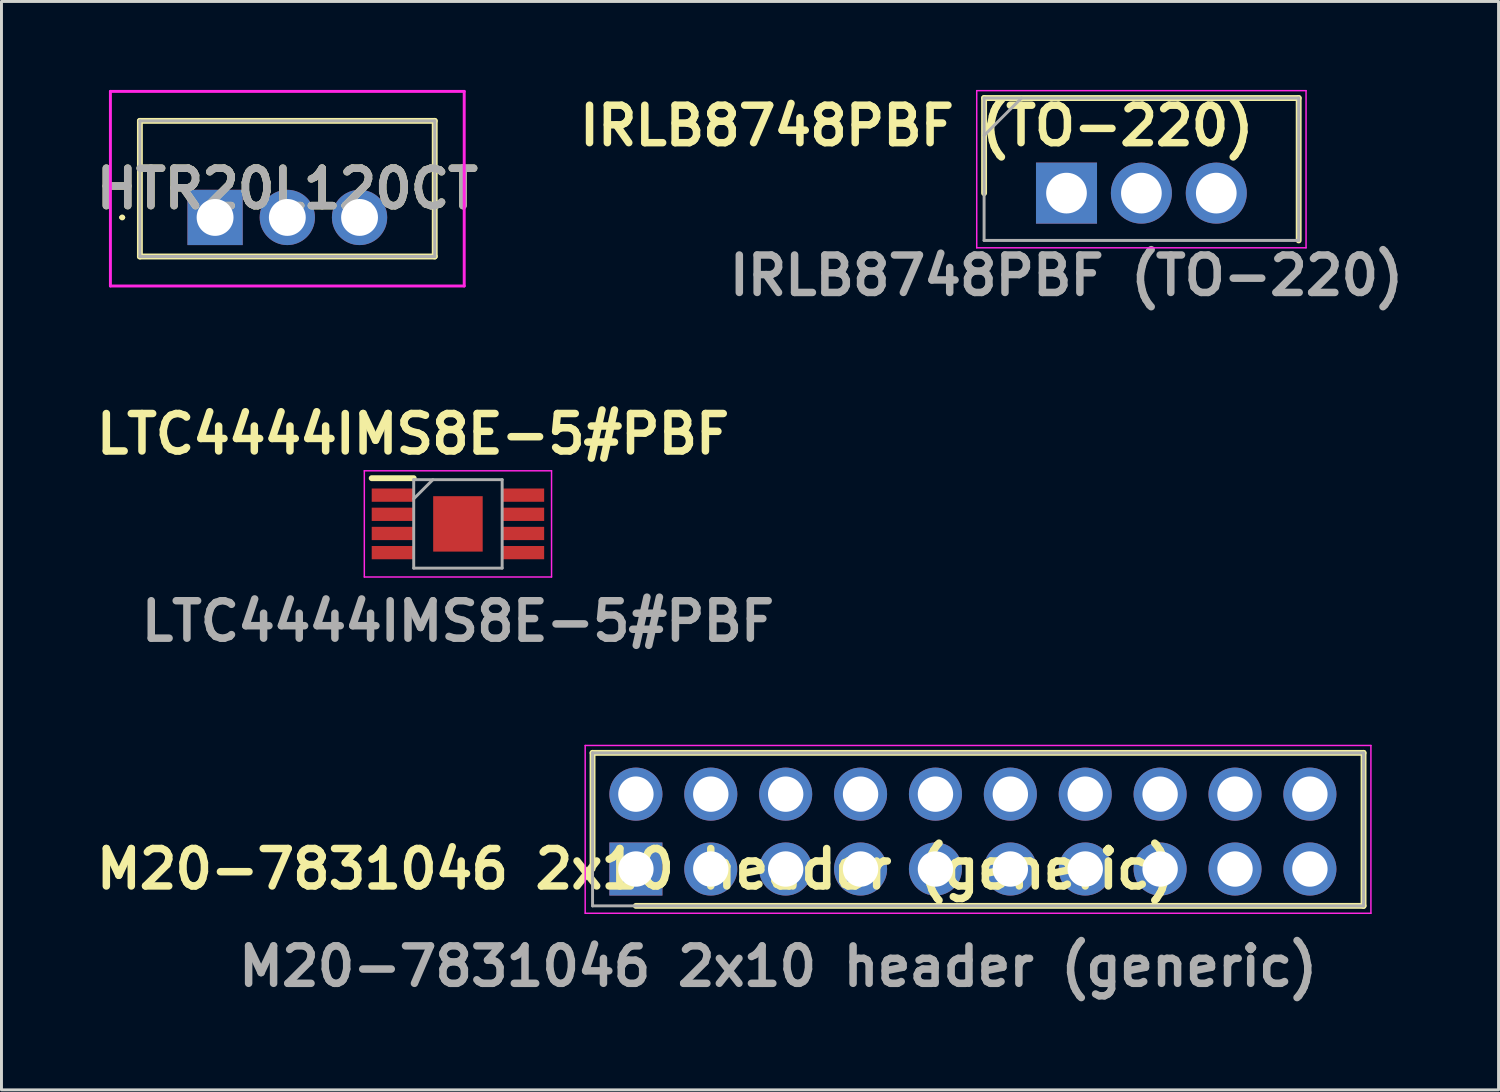
<source format=kicad_pcb>
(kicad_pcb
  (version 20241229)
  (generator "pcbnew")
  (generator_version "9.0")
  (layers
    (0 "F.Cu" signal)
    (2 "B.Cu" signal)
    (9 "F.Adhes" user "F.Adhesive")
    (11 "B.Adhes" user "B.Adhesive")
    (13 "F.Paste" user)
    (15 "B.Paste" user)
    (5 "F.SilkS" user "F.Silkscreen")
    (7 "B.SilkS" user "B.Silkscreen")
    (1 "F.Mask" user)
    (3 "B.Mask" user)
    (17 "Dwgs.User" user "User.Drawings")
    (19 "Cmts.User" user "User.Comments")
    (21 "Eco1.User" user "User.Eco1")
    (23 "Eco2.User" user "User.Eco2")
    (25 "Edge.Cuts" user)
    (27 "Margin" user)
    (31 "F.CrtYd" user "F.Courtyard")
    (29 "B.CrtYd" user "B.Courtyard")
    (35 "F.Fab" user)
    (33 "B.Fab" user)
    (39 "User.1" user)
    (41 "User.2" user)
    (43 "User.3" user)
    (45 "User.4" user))
  (footprint "M20-7831046 2x10 header (generic)"
    (layer "F.Cu")
    (at 18.518 26.425)
    (property "Reference" "M20-7831046 2x10 header (generic)" (at 0 0 0) (layer "F.SilkS") (effects (font (size 1.27 1.27) (thickness 0.254))))
    (attr through_hole)
    (fp_line (start -1.47 -3.94) (end -1.47 0) (stroke (width 0.2) (type solid)) (layer "F.SilkS"))
    (fp_line (start 0 1.25) (end 24.68 1.25) (stroke (width 0.2) (type solid)) (layer "F.SilkS"))
    (fp_line (start 24.68 -3.94) (end -1.47 -3.94) (stroke (width 0.2) (type solid)) (layer "F.SilkS"))
    (fp_line (start 24.68 1.25) (end 24.68 -3.94) (stroke (width 0.2) (type solid)) (layer "F.SilkS"))
    (fp_line (start -1.72 -4.19) (end 24.93 -4.19) (stroke (width 0.05) (type solid)) (layer "F.CrtYd"))
    (fp_line (start -1.72 1.5) (end -1.72 -4.19) (stroke (width 0.05) (type solid)) (layer "F.CrtYd"))
    (fp_line (start 24.93 -4.19) (end 24.93 1.5) (stroke (width 0.05) (type solid)) (layer "F.CrtYd"))
    (fp_line (start 24.93 1.5) (end -1.72 1.5) (stroke (width 0.05) (type solid)) (layer "F.CrtYd"))
    (fp_line (start -1.47 -3.94) (end 24.68 -3.94) (stroke (width 0.1) (type solid)) (layer "F.Fab"))
    (fp_line (start -1.47 1.25) (end -1.47 -3.94) (stroke (width 0.1) (type solid)) (layer "F.Fab"))
    (fp_line (start 24.68 -3.94) (end 24.68 1.25) (stroke (width 0.1) (type solid)) (layer "F.Fab"))
    (fp_line (start 24.68 1.25) (end -1.47 1.25) (stroke (width 0.1) (type solid)) (layer "F.Fab"))
    (fp_text user "${REFERENCE}" (at 4.826 3.302 0) (layer "F.Fab") (effects (font (size 1.27 1.27) (thickness 0.254))))
    (pad "1" thru_hole rect (at 0 0) (size 1.8 1.8) (drill 1.2) (layers "*.Cu" "*.Mask"))
    (pad "2" thru_hole circle (at 0 -2.54) (size 1.8 1.8) (drill 1.2) (layers "*.Cu" "*.Mask"))
    (pad "3" thru_hole circle (at 2.54 0) (size 1.8 1.8) (drill 1.2) (layers "*.Cu" "*.Mask"))
    (pad "4" thru_hole circle (at 2.54 -2.54) (size 1.8 1.8) (drill 1.2) (layers "*.Cu" "*.Mask"))
    (pad "5" thru_hole circle (at 5.08 0) (size 1.8 1.8) (drill 1.2) (layers "*.Cu" "*.Mask"))
    (pad "6" thru_hole circle (at 5.08 -2.54) (size 1.8 1.8) (drill 1.2) (layers "*.Cu" "*.Mask"))
    (pad "7" thru_hole circle (at 7.62 0) (size 1.8 1.8) (drill 1.2) (layers "*.Cu" "*.Mask"))
    (pad "8" thru_hole circle (at 7.62 -2.54) (size 1.8 1.8) (drill 1.2) (layers "*.Cu" "*.Mask"))
    (pad "9" thru_hole circle (at 10.16 0) (size 1.8 1.8) (drill 1.2) (layers "*.Cu" "*.Mask"))
    (pad "10" thru_hole circle (at 10.16 -2.54) (size 1.8 1.8) (drill 1.2) (layers "*.Cu" "*.Mask"))
    (pad "11" thru_hole circle (at 12.7 0) (size 1.8 1.8) (drill 1.2) (layers "*.Cu" "*.Mask"))
    (pad "12" thru_hole circle (at 12.7 -2.54) (size 1.8 1.8) (drill 1.2) (layers "*.Cu" "*.Mask"))
    (pad "13" thru_hole circle (at 15.24 0) (size 1.8 1.8) (drill 1.2) (layers "*.Cu" "*.Mask"))
    (pad "14" thru_hole circle (at 15.24 -2.54) (size 1.8 1.8) (drill 1.2) (layers "*.Cu" "*.Mask"))
    (pad "15" thru_hole circle (at 17.78 0) (size 1.8 1.8) (drill 1.2) (layers "*.Cu" "*.Mask"))
    (pad "16" thru_hole circle (at 17.78 -2.54) (size 1.8 1.8) (drill 1.2) (layers "*.Cu" "*.Mask"))
    (pad "17" thru_hole circle (at 20.32 0) (size 1.8 1.8) (drill 1.2) (layers "*.Cu" "*.Mask"))
    (pad "18" thru_hole circle (at 20.32 -2.54) (size 1.8 1.8) (drill 1.2) (layers "*.Cu" "*.Mask"))
    (pad "19" thru_hole circle (at 22.86 0) (size 1.8 1.8) (drill 1.2) (layers "*.Cu" "*.Mask"))
    (pad "20" thru_hole circle (at 22.86 -2.54) (size 1.8 1.8) (drill 1.2) (layers "*.Cu" "*.Mask")))
  (footprint "HTR20L120CT"
    (layer "F.Cu")
    (at 4.245 4.325)
    (property "Reference" "HTR20L120CT" (at 2.45 -0.975 0) (layer "F.SilkS") (effects (font (size 1.27 1.27) (thickness 0.254))))
    (attr through_hole)
    (fp_line (start -3.2 0) (end -3.2 0) (stroke (width 0.1) (type solid)) (layer "F.SilkS"))
    (fp_line (start -3.1 0) (end -3.1 0) (stroke (width 0.1) (type solid)) (layer "F.SilkS"))
    (fp_line (start -2.55 -3.275) (end 7.45 -3.275) (stroke (width 0.2) (type solid)) (layer "F.SilkS"))
    (fp_line (start -2.55 1.325) (end -2.55 -3.275) (stroke (width 0.2) (type solid)) (layer "F.SilkS"))
    (fp_line (start 7.45 -3.275) (end 7.45 1.325) (stroke (width 0.2) (type solid)) (layer "F.SilkS"))
    (fp_line (start 7.45 1.325) (end -2.55 1.325) (stroke (width 0.2) (type solid)) (layer "F.SilkS"))
    (fp_arc (start -3.2 0) (mid -3.15 -0.05) (end -3.1 0) (stroke (width 0.1) (type solid)) (layer "F.SilkS"))
    (fp_arc (start -3.1 0) (mid -3.15 0.05) (end -3.2 0) (stroke (width 0.1) (type solid)) (layer "F.SilkS"))
    (fp_line (start -3.55 -4.275) (end 8.45 -4.275) (stroke (width 0.1) (type solid)) (layer "F.CrtYd"))
    (fp_line (start -3.55 2.325) (end -3.55 -4.275) (stroke (width 0.1) (type solid)) (layer "F.CrtYd"))
    (fp_line (start 8.45 -4.275) (end 8.45 2.325) (stroke (width 0.1) (type solid)) (layer "F.CrtYd"))
    (fp_line (start 8.45 2.325) (end -3.55 2.325) (stroke (width 0.1) (type solid)) (layer "F.CrtYd"))
    (fp_line (start -2.55 -3.275) (end 7.45 -3.275) (stroke (width 0.1) (type solid)) (layer "F.Fab"))
    (fp_line (start -2.55 1.325) (end -2.55 -3.275) (stroke (width 0.1) (type solid)) (layer "F.Fab"))
    (fp_line (start 7.45 -3.275) (end 7.45 1.325) (stroke (width 0.1) (type solid)) (layer "F.Fab"))
    (fp_line (start 7.45 1.325) (end -2.55 1.325) (stroke (width 0.1) (type solid)) (layer "F.Fab"))
    (fp_text user "${REFERENCE}" (at 2.45 -0.975 0) (layer "F.Fab") (effects (font (size 1.27 1.27) (thickness 0.254))))
    (pad "1" thru_hole rect (at 0 0) (size 1.875 1.875) (drill 1.25) (layers "*.Cu" "*.Mask"))
    (pad "2" thru_hole circle (at 4.9 0) (size 1.875 1.875) (drill 1.25) (layers "*.Cu" "*.Mask"))
    (pad "3" thru_hole circle (at 2.45 0) (size 1.875 1.875) (drill 1.25) (layers "*.Cu" "*.Mask")))
  (footprint "IRLB8748PBF (TO-220)"
    (layer "F.Cu")
    (at 33.123 3.5)
    (property "Reference" "IRLB8748PBF (TO-220)" (at -5.08 -2.286 0) (layer "F.SilkS") (effects (font (size 1.27 1.27) (thickness 0.254))))
    (attr through_hole)
    (fp_line (start -2.795 -3.225) (end -2.795 0) (stroke (width 0.2) (type solid)) (layer "F.SilkS"))
    (fp_line (start 7.875 -3.225) (end -2.795 -3.225) (stroke (width 0.2) (type solid)) (layer "F.SilkS"))
    (fp_line (start 7.875 1.605) (end 7.875 -3.225) (stroke (width 0.2) (type solid)) (layer "F.SilkS"))
    (fp_line (start -3.045 -3.475) (end 8.125 -3.475) (stroke (width 0.05) (type solid)) (layer "F.CrtYd"))
    (fp_line (start -3.045 1.855) (end -3.045 -3.475) (stroke (width 0.05) (type solid)) (layer "F.CrtYd"))
    (fp_line (start 8.125 -3.475) (end 8.125 1.855) (stroke (width 0.05) (type solid)) (layer "F.CrtYd"))
    (fp_line (start 8.125 1.855) (end -3.045 1.855) (stroke (width 0.05) (type solid)) (layer "F.CrtYd"))
    (fp_line (start -2.795 -3.225) (end 7.875 -3.225) (stroke (width 0.1) (type solid)) (layer "F.Fab"))
    (fp_line (start -2.795 -1.955) (end -1.525 -3.225) (stroke (width 0.1) (type solid)) (layer "F.Fab"))
    (fp_line (start -2.795 1.605) (end -2.795 -3.225) (stroke (width 0.1) (type solid)) (layer "F.Fab"))
    (fp_line (start 7.875 -3.225) (end 7.875 1.605) (stroke (width 0.1) (type solid)) (layer "F.Fab"))
    (fp_line (start 7.875 1.605) (end -2.795 1.605) (stroke (width 0.1) (type solid)) (layer "F.Fab"))
    (fp_text user "${REFERENCE}" (at 0 2.794 0) (layer "F.Fab") (effects (font (size 1.27 1.27) (thickness 0.254))))
    (pad "1" thru_hole rect (at 0 0) (size 2.07 2.07) (drill 1.38) (layers "*.Cu" "*.Mask"))
    (pad "2" thru_hole circle (at 2.54 0) (size 2.07 2.07) (drill 1.38) (layers "*.Cu" "*.Mask"))
    (pad "3" thru_hole circle (at 5.08 0) (size 2.07 2.07) (drill 1.38) (layers "*.Cu" "*.Mask")))
  (footprint "LTC4444IMS8E-5#PBF"
    (layer "F.Cu")
    (at 12.482 14.719)
    (property "Reference" "LTC4444IMS8E-5#PBF" (at -1.524 -3.048 0) (layer "F.SilkS") (effects (font (size 1.27 1.27) (thickness 0.254))))
    (attr smd)
    (fp_line (start -2.925 -1.55) (end -1.5 -1.55) (stroke (width 0.2) (type solid)) (layer "F.SilkS"))
    (fp_line (start -3.175 -1.801) (end 3.175 -1.801) (stroke (width 0.05) (type solid)) (layer "F.CrtYd"))
    (fp_line (start -3.175 1.801) (end -3.175 -1.801) (stroke (width 0.05) (type solid)) (layer "F.CrtYd"))
    (fp_line (start 3.175 -1.801) (end 3.175 1.801) (stroke (width 0.05) (type solid)) (layer "F.CrtYd"))
    (fp_line (start 3.175 1.801) (end -3.175 1.801) (stroke (width 0.05) (type solid)) (layer "F.CrtYd"))
    (fp_line (start -1.5 -1.5) (end 1.5 -1.5) (stroke (width 0.1) (type solid)) (layer "F.Fab"))
    (fp_line (start -1.5 -0.85) (end -0.85 -1.5) (stroke (width 0.1) (type solid)) (layer "F.Fab"))
    (fp_line (start -1.5 1.5) (end -1.5 -1.5) (stroke (width 0.1) (type solid)) (layer "F.Fab"))
    (fp_line (start 1.5 -1.5) (end 1.5 1.5) (stroke (width 0.1) (type solid)) (layer "F.Fab"))
    (fp_line (start 1.5 1.5) (end -1.5 1.5) (stroke (width 0.1) (type solid)) (layer "F.Fab"))
    (fp_text user "${REFERENCE}" (at 0 3.302 0) (layer "F.Fab") (effects (font (size 1.27 1.27) (thickness 0.254))))
    (pad "1" smd rect (at -2.212 -0.975 90) (size 0.45 1.425) (layers "F.Cu" "F.Mask" "F.Paste"))
    (pad "2" smd rect (at -2.212 -0.325 90) (size 0.45 1.425) (layers "F.Cu" "F.Mask" "F.Paste"))
    (pad "3" smd rect (at -2.212 0.325 90) (size 0.45 1.425) (layers "F.Cu" "F.Mask" "F.Paste"))
    (pad "4" smd rect (at -2.212 0.975 90) (size 0.45 1.425) (layers "F.Cu" "F.Mask" "F.Paste"))
    (pad "5" smd rect (at 2.212 0.975 90) (size 0.45 1.425) (layers "F.Cu" "F.Mask" "F.Paste"))
    (pad "6" smd rect (at 2.212 0.325 90) (size 0.45 1.425) (layers "F.Cu" "F.Mask" "F.Paste"))
    (pad "7" smd rect (at 2.212 -0.325 90) (size 0.45 1.425) (layers "F.Cu" "F.Mask" "F.Paste"))
    (pad "8" smd rect (at 2.212 -0.975 90) (size 0.45 1.425) (layers "F.Cu" "F.Mask" "F.Paste"))
    (pad "9" smd rect (at 0 0) (size 1.68 1.88) (layers "F.Cu" "F.Mask" "F.Paste")))
  (gr_rect
    (start -3 -3)
    (end 47.777 33.916)
    (stroke (width 0.1) (type default))
    (fill no)
    (layer "Edge.Cuts")))
</source>
